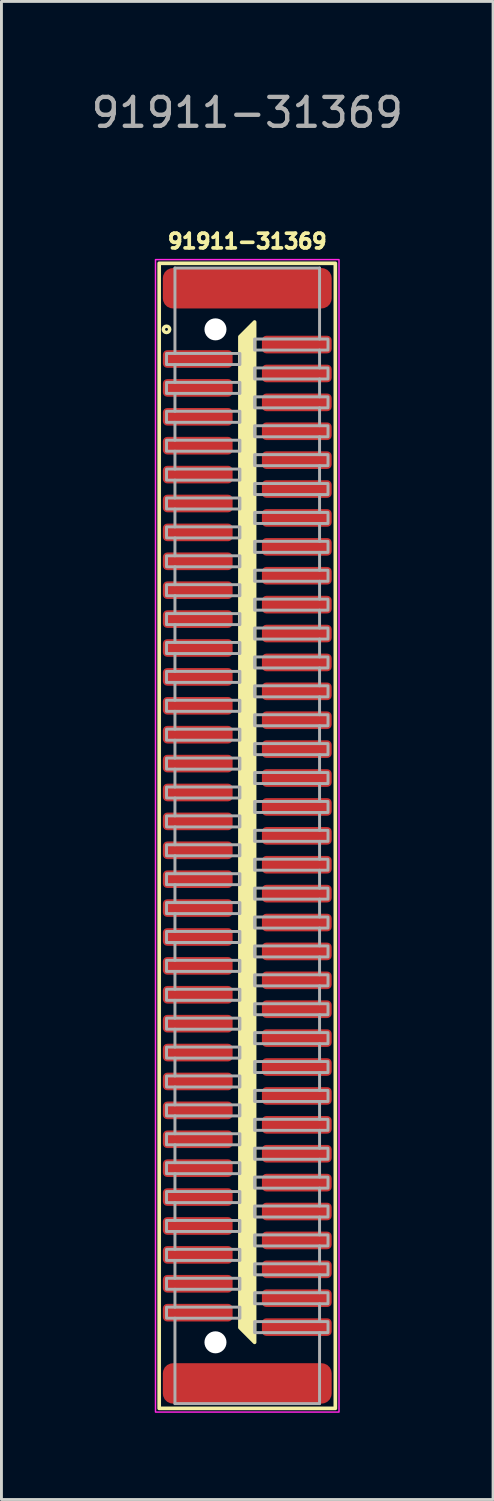
<source format=kicad_pcb>
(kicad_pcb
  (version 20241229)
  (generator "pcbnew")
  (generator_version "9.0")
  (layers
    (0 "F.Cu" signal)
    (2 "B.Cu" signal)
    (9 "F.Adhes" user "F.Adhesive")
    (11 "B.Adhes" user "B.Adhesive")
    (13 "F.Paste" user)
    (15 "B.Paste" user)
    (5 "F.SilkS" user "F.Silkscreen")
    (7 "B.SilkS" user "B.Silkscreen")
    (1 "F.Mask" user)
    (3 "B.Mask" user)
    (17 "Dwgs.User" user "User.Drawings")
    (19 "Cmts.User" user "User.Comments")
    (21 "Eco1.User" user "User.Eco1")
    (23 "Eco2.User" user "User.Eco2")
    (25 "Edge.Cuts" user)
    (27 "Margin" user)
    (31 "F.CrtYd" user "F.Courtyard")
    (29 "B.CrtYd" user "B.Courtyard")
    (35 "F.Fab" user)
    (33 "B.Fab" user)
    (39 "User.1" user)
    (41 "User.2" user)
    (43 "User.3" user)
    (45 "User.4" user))
  (footprint "91911-31369"
    (layer "F.Cu")
    (at 5.506 25.873)
    (property "Reference" "91911-31369" (at 0 -20.574 0) (layer "F.SilkS") (effects (font (size 0.508 0.508) (thickness 0.127))))
    (attr smd)
    (fp_rect (start -3.048 -19.812) (end 3.048 19.812) (stroke (width 0.127) (type default)) (fill no) (layer "F.SilkS"))
    (fp_circle (center -2.794 -17.526) (end -2.744 -17.526) (stroke (width 0.12) (type solid)) (fill no) (layer "F.SilkS"))
    (fp_poly (pts (xy -0.254 17.018) (xy 0.254 17.526) (xy 0.254 -17.78) (xy -0.254 -17.272)) (stroke (width 0.127) (type solid)) (fill yes) (layer "F.SilkS"))
    (fp_rect (start -3.175 -19.939) (end 3.175 19.939) (stroke (width 0.051) (type default)) (fill no) (layer "F.CrtYd"))
    (fp_line (start -2.502 -19.647) (end -2.502 -16.691) (stroke (width 0.102) (type default)) (layer "F.Fab"))
    (fp_line (start -2.502 -16.309) (end -2.502 -15.691) (stroke (width 0.102) (type default)) (layer "F.Fab"))
    (fp_line (start -2.502 -15.309) (end -2.502 -14.691) (stroke (width 0.102) (type default)) (layer "F.Fab"))
    (fp_line (start -2.502 -14.309) (end -2.502 -13.691) (stroke (width 0.102) (type default)) (layer "F.Fab"))
    (fp_line (start -2.502 -13.309) (end -2.502 -12.691) (stroke (width 0.102) (type default)) (layer "F.Fab"))
    (fp_line (start -2.502 -12.309) (end -2.502 -11.691) (stroke (width 0.102) (type default)) (layer "F.Fab"))
    (fp_line (start -2.502 -11.309) (end -2.502 -10.691) (stroke (width 0.102) (type default)) (layer "F.Fab"))
    (fp_line (start -2.502 -10.309) (end -2.502 -9.691) (stroke (width 0.102) (type default)) (layer "F.Fab"))
    (fp_line (start -2.502 -9.309) (end -2.502 -8.691) (stroke (width 0.102) (type default)) (layer "F.Fab"))
    (fp_line (start -2.502 -8.309) (end -2.502 -7.691) (stroke (width 0.102) (type default)) (layer "F.Fab"))
    (fp_line (start -2.502 -7.309) (end -2.502 -6.691) (stroke (width 0.102) (type default)) (layer "F.Fab"))
    (fp_line (start -2.502 -6.309) (end -2.502 -5.691) (stroke (width 0.102) (type default)) (layer "F.Fab"))
    (fp_line (start -2.502 -5.309) (end -2.502 -4.691) (stroke (width 0.102) (type default)) (layer "F.Fab"))
    (fp_line (start -2.502 -4.309) (end -2.502 -3.691) (stroke (width 0.102) (type default)) (layer "F.Fab"))
    (fp_line (start -2.502 -3.309) (end -2.502 -2.691) (stroke (width 0.102) (type default)) (layer "F.Fab"))
    (fp_line (start -2.502 -2.309) (end -2.502 -1.69) (stroke (width 0.102) (type default)) (layer "F.Fab"))
    (fp_line (start -2.502 -1.31) (end -2.502 -0.691) (stroke (width 0.102) (type default)) (layer "F.Fab"))
    (fp_line (start -2.502 -0.309) (end -2.502 0.309) (stroke (width 0.102) (type default)) (layer "F.Fab"))
    (fp_line (start -2.502 0.691) (end -2.502 1.31) (stroke (width 0.102) (type default)) (layer "F.Fab"))
    (fp_line (start -2.502 1.69) (end -2.502 2.309) (stroke (width 0.102) (type default)) (layer "F.Fab"))
    (fp_line (start -2.502 2.691) (end -2.502 3.309) (stroke (width 0.102) (type default)) (layer "F.Fab"))
    (fp_line (start -2.502 3.691) (end -2.502 4.309) (stroke (width 0.102) (type default)) (layer "F.Fab"))
    (fp_line (start -2.502 4.691) (end -2.502 5.309) (stroke (width 0.102) (type default)) (layer "F.Fab"))
    (fp_line (start -2.502 5.691) (end -2.502 6.309) (stroke (width 0.102) (type default)) (layer "F.Fab"))
    (fp_line (start -2.502 6.691) (end -2.502 7.309) (stroke (width 0.102) (type default)) (layer "F.Fab"))
    (fp_line (start -2.502 7.691) (end -2.502 8.309) (stroke (width 0.102) (type default)) (layer "F.Fab"))
    (fp_line (start -2.502 8.691) (end -2.502 9.309) (stroke (width 0.102) (type default)) (layer "F.Fab"))
    (fp_line (start -2.502 9.691) (end -2.502 10.309) (stroke (width 0.102) (type default)) (layer "F.Fab"))
    (fp_line (start -2.502 10.691) (end -2.502 11.309) (stroke (width 0.102) (type default)) (layer "F.Fab"))
    (fp_line (start -2.502 11.691) (end -2.502 12.309) (stroke (width 0.102) (type default)) (layer "F.Fab"))
    (fp_line (start -2.502 12.691) (end -2.502 13.309) (stroke (width 0.102) (type default)) (layer "F.Fab"))
    (fp_line (start -2.502 13.691) (end -2.502 14.309) (stroke (width 0.102) (type default)) (layer "F.Fab"))
    (fp_line (start -2.502 14.691) (end -2.502 15.309) (stroke (width 0.102) (type default)) (layer "F.Fab"))
    (fp_line (start -2.502 15.691) (end -2.502 16.309) (stroke (width 0.102) (type default)) (layer "F.Fab"))
    (fp_line (start -2.502 16.691) (end -2.502 19.647) (stroke (width 0.102) (type default)) (layer "F.Fab"))
    (fp_line (start 2.502 -19.647) (end -2.502 -19.647) (stroke (width 0.102) (type default)) (layer "F.Fab"))
    (fp_line (start 2.502 -19.647) (end 2.502 -17.191) (stroke (width 0.102) (type default)) (layer "F.Fab"))
    (fp_line (start 2.502 -16.809) (end 2.502 -16.191) (stroke (width 0.102) (type default)) (layer "F.Fab"))
    (fp_line (start 2.502 -15.809) (end 2.502 -15.191) (stroke (width 0.102) (type default)) (layer "F.Fab"))
    (fp_line (start 2.502 -14.809) (end 2.502 -14.191) (stroke (width 0.102) (type default)) (layer "F.Fab"))
    (fp_line (start 2.502 -13.809) (end 2.502 -13.191) (stroke (width 0.102) (type default)) (layer "F.Fab"))
    (fp_line (start 2.502 -12.809) (end 2.502 -12.191) (stroke (width 0.102) (type default)) (layer "F.Fab"))
    (fp_line (start 2.502 -11.809) (end 2.502 -11.191) (stroke (width 0.102) (type default)) (layer "F.Fab"))
    (fp_line (start 2.502 -10.809) (end 2.502 -10.191) (stroke (width 0.102) (type default)) (layer "F.Fab"))
    (fp_line (start 2.502 -9.809) (end 2.502 -9.191) (stroke (width 0.102) (type default)) (layer "F.Fab"))
    (fp_line (start 2.502 -8.809) (end 2.502 -8.191) (stroke (width 0.102) (type default)) (layer "F.Fab"))
    (fp_line (start 2.502 -7.809) (end 2.502 -7.191) (stroke (width 0.102) (type default)) (layer "F.Fab"))
    (fp_line (start 2.502 -6.809) (end 2.502 -6.191) (stroke (width 0.102) (type default)) (layer "F.Fab"))
    (fp_line (start 2.502 -5.809) (end 2.502 -5.191) (stroke (width 0.102) (type default)) (layer "F.Fab"))
    (fp_line (start 2.502 -4.809) (end 2.502 -4.191) (stroke (width 0.102) (type default)) (layer "F.Fab"))
    (fp_line (start 2.502 -3.809) (end 2.502 -3.191) (stroke (width 0.102) (type default)) (layer "F.Fab"))
    (fp_line (start 2.502 -2.809) (end 2.502 -2.191) (stroke (width 0.102) (type default)) (layer "F.Fab"))
    (fp_line (start 2.502 -1.81) (end 2.502 -1.19) (stroke (width 0.102) (type default)) (layer "F.Fab"))
    (fp_line (start 2.502 -0.809) (end 2.502 -0.191) (stroke (width 0.102) (type default)) (layer "F.Fab"))
    (fp_line (start 2.502 0.191) (end 2.502 0.809) (stroke (width 0.102) (type default)) (layer "F.Fab"))
    (fp_line (start 2.502 1.19) (end 2.502 1.81) (stroke (width 0.102) (type default)) (layer "F.Fab"))
    (fp_line (start 2.502 2.191) (end 2.502 2.809) (stroke (width 0.102) (type default)) (layer "F.Fab"))
    (fp_line (start 2.502 3.191) (end 2.502 3.809) (stroke (width 0.102) (type default)) (layer "F.Fab"))
    (fp_line (start 2.502 4.191) (end 2.502 4.809) (stroke (width 0.102) (type default)) (layer "F.Fab"))
    (fp_line (start 2.502 5.191) (end 2.502 5.809) (stroke (width 0.102) (type default)) (layer "F.Fab"))
    (fp_line (start 2.502 6.191) (end 2.502 6.809) (stroke (width 0.102) (type default)) (layer "F.Fab"))
    (fp_line (start 2.502 7.191) (end 2.502 7.809) (stroke (width 0.102) (type default)) (layer "F.Fab"))
    (fp_line (start 2.502 8.191) (end 2.502 8.809) (stroke (width 0.102) (type default)) (layer "F.Fab"))
    (fp_line (start 2.502 9.191) (end 2.502 9.809) (stroke (width 0.102) (type default)) (layer "F.Fab"))
    (fp_line (start 2.502 10.191) (end 2.502 10.809) (stroke (width 0.102) (type default)) (layer "F.Fab"))
    (fp_line (start 2.502 11.191) (end 2.502 11.809) (stroke (width 0.102) (type default)) (layer "F.Fab"))
    (fp_line (start 2.502 12.191) (end 2.502 12.809) (stroke (width 0.102) (type default)) (layer "F.Fab"))
    (fp_line (start 2.502 13.191) (end 2.502 13.809) (stroke (width 0.102) (type default)) (layer "F.Fab"))
    (fp_line (start 2.502 14.191) (end 2.502 14.809) (stroke (width 0.102) (type default)) (layer "F.Fab"))
    (fp_line (start 2.502 15.191) (end 2.502 15.809) (stroke (width 0.102) (type default)) (layer "F.Fab"))
    (fp_line (start 2.502 16.191) (end 2.502 16.809) (stroke (width 0.102) (type default)) (layer "F.Fab"))
    (fp_line (start 2.502 17.191) (end 2.502 19.647) (stroke (width 0.102) (type default)) (layer "F.Fab"))
    (fp_line (start 2.502 19.647) (end -2.502 19.647) (stroke (width 0.102) (type default)) (layer "F.Fab"))
    (fp_rect (start -2.794 -16.691) (end -0.254 -16.309) (stroke (width 0.102) (type default)) (fill no) (layer "F.Fab"))
    (fp_rect (start -2.794 -15.691) (end -0.254 -15.309) (stroke (width 0.102) (type default)) (fill no) (layer "F.Fab"))
    (fp_rect (start -2.794 -14.691) (end -0.254 -14.309) (stroke (width 0.102) (type default)) (fill no) (layer "F.Fab"))
    (fp_rect (start -2.794 -13.691) (end -0.254 -13.309) (stroke (width 0.102) (type default)) (fill no) (layer "F.Fab"))
    (fp_rect (start -2.794 -12.691) (end -0.254 -12.309) (stroke (width 0.102) (type default)) (fill no) (layer "F.Fab"))
    (fp_rect (start -2.794 -11.691) (end -0.254 -11.309) (stroke (width 0.102) (type default)) (fill no) (layer "F.Fab"))
    (fp_rect (start -2.794 -10.691) (end -0.254 -10.309) (stroke (width 0.102) (type default)) (fill no) (layer "F.Fab"))
    (fp_rect (start -2.794 -9.691) (end -0.254 -9.309) (stroke (width 0.102) (type default)) (fill no) (layer "F.Fab"))
    (fp_rect (start -2.794 -8.691) (end -0.254 -8.309) (stroke (width 0.102) (type default)) (fill no) (layer "F.Fab"))
    (fp_rect (start -2.794 -7.691) (end -0.254 -7.309) (stroke (width 0.102) (type default)) (fill no) (layer "F.Fab"))
    (fp_rect (start -2.794 -6.691) (end -0.254 -6.309) (stroke (width 0.102) (type default)) (fill no) (layer "F.Fab"))
    (fp_rect (start -2.794 -5.691) (end -0.254 -5.309) (stroke (width 0.102) (type default)) (fill no) (layer "F.Fab"))
    (fp_rect (start -2.794 -4.691) (end -0.254 -4.309) (stroke (width 0.102) (type default)) (fill no) (layer "F.Fab"))
    (fp_rect (start -2.794 -3.691) (end -0.254 -3.309) (stroke (width 0.102) (type default)) (fill no) (layer "F.Fab"))
    (fp_rect (start -2.794 -2.691) (end -0.254 -2.309) (stroke (width 0.102) (type default)) (fill no) (layer "F.Fab"))
    (fp_rect (start -2.794 -1.69) (end -0.254 -1.31) (stroke (width 0.102) (type default)) (fill no) (layer "F.Fab"))
    (fp_rect (start -2.794 -0.691) (end -0.254 -0.309) (stroke (width 0.102) (type default)) (fill no) (layer "F.Fab"))
    (fp_rect (start -2.794 0.309) (end -0.254 0.691) (stroke (width 0.102) (type default)) (fill no) (layer "F.Fab"))
    (fp_rect (start -2.794 1.31) (end -0.254 1.69) (stroke (width 0.102) (type default)) (fill no) (layer "F.Fab"))
    (fp_rect (start -2.794 2.309) (end -0.254 2.691) (stroke (width 0.102) (type default)) (fill no) (layer "F.Fab"))
    (fp_rect (start -2.794 3.309) (end -0.254 3.691) (stroke (width 0.102) (type default)) (fill no) (layer "F.Fab"))
    (fp_rect (start -2.794 4.309) (end -0.254 4.691) (stroke (width 0.102) (type default)) (fill no) (layer "F.Fab"))
    (fp_rect (start -2.794 5.309) (end -0.254 5.691) (stroke (width 0.102) (type default)) (fill no) (layer "F.Fab"))
    (fp_rect (start -2.794 6.309) (end -0.254 6.691) (stroke (width 0.102) (type default)) (fill no) (layer "F.Fab"))
    (fp_rect (start -2.794 7.309) (end -0.254 7.691) (stroke (width 0.102) (type default)) (fill no) (layer "F.Fab"))
    (fp_rect (start -2.794 8.309) (end -0.254 8.691) (stroke (width 0.102) (type default)) (fill no) (layer "F.Fab"))
    (fp_rect (start -2.794 9.309) (end -0.254 9.691) (stroke (width 0.102) (type default)) (fill no) (layer "F.Fab"))
    (fp_rect (start -2.794 10.309) (end -0.254 10.691) (stroke (width 0.102) (type default)) (fill no) (layer "F.Fab"))
    (fp_rect (start -2.794 11.309) (end -0.254 11.691) (stroke (width 0.102) (type default)) (fill no) (layer "F.Fab"))
    (fp_rect (start -2.794 12.309) (end -0.254 12.691) (stroke (width 0.102) (type default)) (fill no) (layer "F.Fab"))
    (fp_rect (start -2.794 13.309) (end -0.254 13.691) (stroke (width 0.102) (type default)) (fill no) (layer "F.Fab"))
    (fp_rect (start -2.794 14.309) (end -0.254 14.691) (stroke (width 0.102) (type default)) (fill no) (layer "F.Fab"))
    (fp_rect (start -2.794 15.309) (end -0.254 15.691) (stroke (width 0.102) (type default)) (fill no) (layer "F.Fab"))
    (fp_rect (start -2.794 16.309) (end -0.254 16.691) (stroke (width 0.102) (type default)) (fill no) (layer "F.Fab"))
    (fp_rect (start 0.254 -17.191) (end 2.794 -16.809) (stroke (width 0.102) (type default)) (fill no) (layer "F.Fab"))
    (fp_rect (start 0.254 -16.191) (end 2.794 -15.809) (stroke (width 0.102) (type default)) (fill no) (layer "F.Fab"))
    (fp_rect (start 0.254 -15.191) (end 2.794 -14.809) (stroke (width 0.102) (type default)) (fill no) (layer "F.Fab"))
    (fp_rect (start 0.254 -14.191) (end 2.794 -13.809) (stroke (width 0.102) (type default)) (fill no) (layer "F.Fab"))
    (fp_rect (start 0.254 -13.191) (end 2.794 -12.809) (stroke (width 0.102) (type default)) (fill no) (layer "F.Fab"))
    (fp_rect (start 0.254 -12.191) (end 2.794 -11.809) (stroke (width 0.102) (type default)) (fill no) (layer "F.Fab"))
    (fp_rect (start 0.254 -11.191) (end 2.794 -10.809) (stroke (width 0.102) (type default)) (fill no) (layer "F.Fab"))
    (fp_rect (start 0.254 -10.191) (end 2.794 -9.809) (stroke (width 0.102) (type default)) (fill no) (layer "F.Fab"))
    (fp_rect (start 0.254 -9.191) (end 2.794 -8.809) (stroke (width 0.102) (type default)) (fill no) (layer "F.Fab"))
    (fp_rect (start 0.254 -8.191) (end 2.794 -7.809) (stroke (width 0.102) (type default)) (fill no) (layer "F.Fab"))
    (fp_rect (start 0.254 -7.191) (end 2.794 -6.809) (stroke (width 0.102) (type default)) (fill no) (layer "F.Fab"))
    (fp_rect (start 0.254 -6.191) (end 2.794 -5.809) (stroke (width 0.102) (type default)) (fill no) (layer "F.Fab"))
    (fp_rect (start 0.254 -5.191) (end 2.794 -4.809) (stroke (width 0.102) (type default)) (fill no) (layer "F.Fab"))
    (fp_rect (start 0.254 -4.191) (end 2.794 -3.809) (stroke (width 0.102) (type default)) (fill no) (layer "F.Fab"))
    (fp_rect (start 0.254 -3.191) (end 2.794 -2.809) (stroke (width 0.102) (type default)) (fill no) (layer "F.Fab"))
    (fp_rect (start 0.254 -2.191) (end 2.794 -1.81) (stroke (width 0.102) (type default)) (fill no) (layer "F.Fab"))
    (fp_rect (start 0.254 -1.19) (end 2.794 -0.809) (stroke (width 0.102) (type default)) (fill no) (layer "F.Fab"))
    (fp_rect (start 0.254 -0.191) (end 2.794 0.191) (stroke (width 0.102) (type default)) (fill no) (layer "F.Fab"))
    (fp_rect (start 0.254 0.809) (end 2.794 1.19) (stroke (width 0.102) (type default)) (fill no) (layer "F.Fab"))
    (fp_rect (start 0.254 1.81) (end 2.794 2.191) (stroke (width 0.102) (type default)) (fill no) (layer "F.Fab"))
    (fp_rect (start 0.254 2.809) (end 2.794 3.191) (stroke (width 0.102) (type default)) (fill no) (layer "F.Fab"))
    (fp_rect (start 0.254 3.809) (end 2.794 4.191) (stroke (width 0.102) (type default)) (fill no) (layer "F.Fab"))
    (fp_rect (start 0.254 4.809) (end 2.794 5.191) (stroke (width 0.102) (type default)) (fill no) (layer "F.Fab"))
    (fp_rect (start 0.254 5.809) (end 2.794 6.191) (stroke (width 0.102) (type default)) (fill no) (layer "F.Fab"))
    (fp_rect (start 0.254 6.809) (end 2.794 7.191) (stroke (width 0.102) (type default)) (fill no) (layer "F.Fab"))
    (fp_rect (start 0.254 7.809) (end 2.794 8.191) (stroke (width 0.102) (type default)) (fill no) (layer "F.Fab"))
    (fp_rect (start 0.254 8.809) (end 2.794 9.191) (stroke (width 0.102) (type default)) (fill no) (layer "F.Fab"))
    (fp_rect (start 0.254 9.809) (end 2.794 10.191) (stroke (width 0.102) (type default)) (fill no) (layer "F.Fab"))
    (fp_rect (start 0.254 10.809) (end 2.794 11.191) (stroke (width 0.102) (type default)) (fill no) (layer "F.Fab"))
    (fp_rect (start 0.254 11.809) (end 2.794 12.191) (stroke (width 0.102) (type default)) (fill no) (layer "F.Fab"))
    (fp_rect (start 0.254 12.809) (end 2.794 13.191) (stroke (width 0.102) (type default)) (fill no) (layer "F.Fab"))
    (fp_rect (start 0.254 13.809) (end 2.794 14.191) (stroke (width 0.102) (type default)) (fill no) (layer "F.Fab"))
    (fp_rect (start 0.254 14.809) (end 2.794 15.191) (stroke (width 0.102) (type default)) (fill no) (layer "F.Fab"))
    (fp_rect (start 0.254 15.809) (end 2.794 16.191) (stroke (width 0.102) (type default)) (fill no) (layer "F.Fab"))
    (fp_rect (start 0.254 16.809) (end 2.794 17.191) (stroke (width 0.102) (type default)) (fill no) (layer "F.Fab"))
    (fp_text user "${REFERENCE}" (at 0 -25.025 180) (layer "F.Fab") (effects (font (size 1 1) (thickness 0.15))))
    (pad "" np_thru_hole circle (at -1.1 -17.526) (size 0.762 0.762) (drill 0.762) (layers "*.Cu" "*.Mask"))
    (pad "" np_thru_hole circle (at -1.1 17.526) (size 0.762 0.762) (drill 0.762) (layers "*.Cu" "*.Mask"))
    (pad "1" smd roundrect (at -1.714 -16.5) (size 2.413 0.61) (layers "F.Cu" "F.Mask" "F.Paste") (roundrect_rratio 0.25))
    (pad "2" smd roundrect (at -1.714 -15.5) (size 2.413 0.61) (layers "F.Cu" "F.Mask" "F.Paste") (roundrect_rratio 0.25))
    (pad "3" smd roundrect (at -1.714 -14.5) (size 2.413 0.61) (layers "F.Cu" "F.Mask" "F.Paste") (roundrect_rratio 0.25))
    (pad "4" smd roundrect (at -1.714 -13.5) (size 2.413 0.61) (layers "F.Cu" "F.Mask" "F.Paste") (roundrect_rratio 0.25))
    (pad "5" smd roundrect (at -1.714 -12.5) (size 2.413 0.61) (layers "F.Cu" "F.Mask" "F.Paste") (roundrect_rratio 0.25))
    (pad "6" smd roundrect (at -1.714 -11.5) (size 2.413 0.61) (layers "F.Cu" "F.Mask" "F.Paste") (roundrect_rratio 0.25))
    (pad "7" smd roundrect (at -1.714 -10.5) (size 2.413 0.61) (layers "F.Cu" "F.Mask" "F.Paste") (roundrect_rratio 0.25))
    (pad "8" smd roundrect (at -1.714 -9.5) (size 2.413 0.61) (layers "F.Cu" "F.Mask" "F.Paste") (roundrect_rratio 0.25))
    (pad "9" smd roundrect (at -1.714 -8.5) (size 2.413 0.61) (layers "F.Cu" "F.Mask" "F.Paste") (roundrect_rratio 0.25))
    (pad "10" smd roundrect (at -1.714 -7.5) (size 2.413 0.61) (layers "F.Cu" "F.Mask" "F.Paste") (roundrect_rratio 0.25))
    (pad "11" smd roundrect (at -1.714 -6.5) (size 2.413 0.61) (layers "F.Cu" "F.Mask" "F.Paste") (roundrect_rratio 0.25))
    (pad "12" smd roundrect (at -1.714 -5.5) (size 2.413 0.61) (layers "F.Cu" "F.Mask" "F.Paste") (roundrect_rratio 0.25))
    (pad "13" smd roundrect (at -1.714 -4.5) (size 2.413 0.61) (layers "F.Cu" "F.Mask" "F.Paste") (roundrect_rratio 0.25))
    (pad "14" smd roundrect (at -1.714 -3.5) (size 2.413 0.61) (layers "F.Cu" "F.Mask" "F.Paste") (roundrect_rratio 0.25))
    (pad "15" smd roundrect (at -1.714 -2.5) (size 2.413 0.61) (layers "F.Cu" "F.Mask" "F.Paste") (roundrect_rratio 0.25))
    (pad "16" smd roundrect (at -1.714 -1.5) (size 2.413 0.61) (layers "F.Cu" "F.Mask" "F.Paste") (roundrect_rratio 0.25))
    (pad "17" smd roundrect (at -1.714 -0.5) (size 2.413 0.61) (layers "F.Cu" "F.Mask" "F.Paste") (roundrect_rratio 0.25))
    (pad "18" smd roundrect (at -1.714 0.5) (size 2.413 0.61) (layers "F.Cu" "F.Mask" "F.Paste") (roundrect_rratio 0.25))
    (pad "19" smd roundrect (at -1.714 1.5) (size 2.413 0.61) (layers "F.Cu" "F.Mask" "F.Paste") (roundrect_rratio 0.25))
    (pad "20" smd roundrect (at -1.714 2.5) (size 2.413 0.61) (layers "F.Cu" "F.Mask" "F.Paste") (roundrect_rratio 0.25))
    (pad "21" smd roundrect (at -1.714 3.5) (size 2.413 0.61) (layers "F.Cu" "F.Mask" "F.Paste") (roundrect_rratio 0.25))
    (pad "22" smd roundrect (at -1.714 4.5) (size 2.413 0.61) (layers "F.Cu" "F.Mask" "F.Paste") (roundrect_rratio 0.25))
    (pad "23" smd roundrect (at -1.714 5.5) (size 2.413 0.61) (layers "F.Cu" "F.Mask" "F.Paste") (roundrect_rratio 0.25))
    (pad "24" smd roundrect (at -1.714 6.5) (size 2.413 0.61) (layers "F.Cu" "F.Mask" "F.Paste") (roundrect_rratio 0.25))
    (pad "25" smd roundrect (at -1.714 7.5) (size 2.413 0.61) (layers "F.Cu" "F.Mask" "F.Paste") (roundrect_rratio 0.25))
    (pad "26" smd roundrect (at -1.714 8.5) (size 2.413 0.61) (layers "F.Cu" "F.Mask" "F.Paste") (roundrect_rratio 0.25))
    (pad "27" smd roundrect (at -1.714 9.5) (size 2.413 0.61) (layers "F.Cu" "F.Mask" "F.Paste") (roundrect_rratio 0.25))
    (pad "28" smd roundrect (at -1.714 10.5) (size 2.413 0.61) (layers "F.Cu" "F.Mask" "F.Paste") (roundrect_rratio 0.25))
    (pad "29" smd roundrect (at -1.714 11.5) (size 2.413 0.61) (layers "F.Cu" "F.Mask" "F.Paste") (roundrect_rratio 0.25))
    (pad "30" smd roundrect (at -1.714 12.5) (size 2.413 0.61) (layers "F.Cu" "F.Mask" "F.Paste") (roundrect_rratio 0.25))
    (pad "31" smd roundrect (at -1.714 13.5) (size 2.413 0.61) (layers "F.Cu" "F.Mask" "F.Paste") (roundrect_rratio 0.25))
    (pad "32" smd roundrect (at -1.714 14.5) (size 2.413 0.61) (layers "F.Cu" "F.Mask" "F.Paste") (roundrect_rratio 0.25))
    (pad "33" smd roundrect (at -1.714 15.5) (size 2.413 0.61) (layers "F.Cu" "F.Mask" "F.Paste") (roundrect_rratio 0.25))
    (pad "34" smd roundrect (at -1.714 16.5) (size 2.413 0.61) (layers "F.Cu" "F.Mask" "F.Paste") (roundrect_rratio 0.25))
    (pad "35" smd roundrect (at 1.714 17) (size 2.413 0.61) (layers "F.Cu" "F.Mask" "F.Paste") (roundrect_rratio 0.25))
    (pad "36" smd roundrect (at 1.714 16) (size 2.413 0.61) (layers "F.Cu" "F.Mask" "F.Paste") (roundrect_rratio 0.25))
    (pad "37" smd roundrect (at 1.714 15) (size 2.413 0.61) (layers "F.Cu" "F.Mask" "F.Paste") (roundrect_rratio 0.25))
    (pad "38" smd roundrect (at 1.714 14) (size 2.413 0.61) (layers "F.Cu" "F.Mask" "F.Paste") (roundrect_rratio 0.25))
    (pad "39" smd roundrect (at 1.714 13) (size 2.413 0.61) (layers "F.Cu" "F.Mask" "F.Paste") (roundrect_rratio 0.25))
    (pad "40" smd roundrect (at 1.714 12) (size 2.413 0.61) (layers "F.Cu" "F.Mask" "F.Paste") (roundrect_rratio 0.25))
    (pad "41" smd roundrect (at 1.714 11) (size 2.413 0.61) (layers "F.Cu" "F.Mask" "F.Paste") (roundrect_rratio 0.25))
    (pad "42" smd roundrect (at 1.714 10) (size 2.413 0.61) (layers "F.Cu" "F.Mask" "F.Paste") (roundrect_rratio 0.25))
    (pad "43" smd roundrect (at 1.714 9) (size 2.413 0.61) (layers "F.Cu" "F.Mask" "F.Paste") (roundrect_rratio 0.25))
    (pad "44" smd roundrect (at 1.714 8) (size 2.413 0.61) (layers "F.Cu" "F.Mask" "F.Paste") (roundrect_rratio 0.25))
    (pad "45" smd roundrect (at 1.714 7) (size 2.413 0.61) (layers "F.Cu" "F.Mask" "F.Paste") (roundrect_rratio 0.25))
    (pad "46" smd roundrect (at 1.714 6) (size 2.413 0.61) (layers "F.Cu" "F.Mask" "F.Paste") (roundrect_rratio 0.25))
    (pad "47" smd roundrect (at 1.714 5) (size 2.413 0.61) (layers "F.Cu" "F.Mask" "F.Paste") (roundrect_rratio 0.25))
    (pad "48" smd roundrect (at 1.714 4) (size 2.413 0.61) (layers "F.Cu" "F.Mask" "F.Paste") (roundrect_rratio 0.25))
    (pad "49" smd roundrect (at 1.714 3) (size 2.413 0.61) (layers "F.Cu" "F.Mask" "F.Paste") (roundrect_rratio 0.25))
    (pad "50" smd roundrect (at 1.714 2) (size 2.413 0.61) (layers "F.Cu" "F.Mask" "F.Paste") (roundrect_rratio 0.25))
    (pad "51" smd roundrect (at 1.714 1) (size 2.413 0.61) (layers "F.Cu" "F.Mask" "F.Paste") (roundrect_rratio 0.25))
    (pad "52" smd roundrect (at 1.714 0) (size 2.413 0.61) (layers "F.Cu" "F.Mask" "F.Paste") (roundrect_rratio 0.25))
    (pad "53" smd roundrect (at 1.714 -1) (size 2.413 0.61) (layers "F.Cu" "F.Mask" "F.Paste") (roundrect_rratio 0.25))
    (pad "54" smd roundrect (at 1.714 -2) (size 2.413 0.61) (layers "F.Cu" "F.Mask" "F.Paste") (roundrect_rratio 0.25))
    (pad "55" smd roundrect (at 1.714 -3) (size 2.413 0.61) (layers "F.Cu" "F.Mask" "F.Paste") (roundrect_rratio 0.25))
    (pad "56" smd roundrect (at 1.714 -4) (size 2.413 0.61) (layers "F.Cu" "F.Mask" "F.Paste") (roundrect_rratio 0.25))
    (pad "57" smd roundrect (at 1.714 -5) (size 2.413 0.61) (layers "F.Cu" "F.Mask" "F.Paste") (roundrect_rratio 0.25))
    (pad "58" smd roundrect (at 1.714 -6) (size 2.413 0.61) (layers "F.Cu" "F.Mask" "F.Paste") (roundrect_rratio 0.25))
    (pad "59" smd roundrect (at 1.714 -7) (size 2.413 0.61) (layers "F.Cu" "F.Mask" "F.Paste") (roundrect_rratio 0.25))
    (pad "60" smd roundrect (at 1.714 -8) (size 2.413 0.61) (layers "F.Cu" "F.Mask" "F.Paste") (roundrect_rratio 0.25))
    (pad "61" smd roundrect (at 1.714 -9) (size 2.413 0.61) (layers "F.Cu" "F.Mask" "F.Paste") (roundrect_rratio 0.25))
    (pad "62" smd roundrect (at 1.714 -10) (size 2.413 0.61) (layers "F.Cu" "F.Mask" "F.Paste") (roundrect_rratio 0.25))
    (pad "63" smd roundrect (at 1.714 -11) (size 2.413 0.61) (layers "F.Cu" "F.Mask" "F.Paste") (roundrect_rratio 0.25))
    (pad "64" smd roundrect (at 1.714 -12) (size 2.413 0.61) (layers "F.Cu" "F.Mask" "F.Paste") (roundrect_rratio 0.25))
    (pad "65" smd roundrect (at 1.714 -13) (size 2.413 0.61) (layers "F.Cu" "F.Mask" "F.Paste") (roundrect_rratio 0.25))
    (pad "66" smd roundrect (at 1.714 -14) (size 2.413 0.61) (layers "F.Cu" "F.Mask" "F.Paste") (roundrect_rratio 0.25))
    (pad "67" smd roundrect (at 1.714 -15) (size 2.413 0.61) (layers "F.Cu" "F.Mask" "F.Paste") (roundrect_rratio 0.25))
    (pad "68" smd roundrect (at 1.714 -16) (size 2.413 0.61) (layers "F.Cu" "F.Mask" "F.Paste") (roundrect_rratio 0.25))
    (pad "69" smd roundrect (at 1.714 -17) (size 2.413 0.61) (layers "F.Cu" "F.Mask" "F.Paste") (roundrect_rratio 0.25))
    (pad "MP" smd roundrect (at 0 -18.948) (size 5.842 1.397) (layers "F.Cu" "F.Mask" "F.Paste") (roundrect_rratio 0.25))
    (pad "MP" smd roundrect (at 0 18.948) (size 5.842 1.397) (layers "F.Cu" "F.Mask" "F.Paste") (roundrect_rratio 0.25)))
  (gr_rect
    (start -3 -3)
    (end 14.012 48.838)
    (stroke (width 0.1) (type default))
    (fill no)
    (layer "Edge.Cuts")))
</source>
